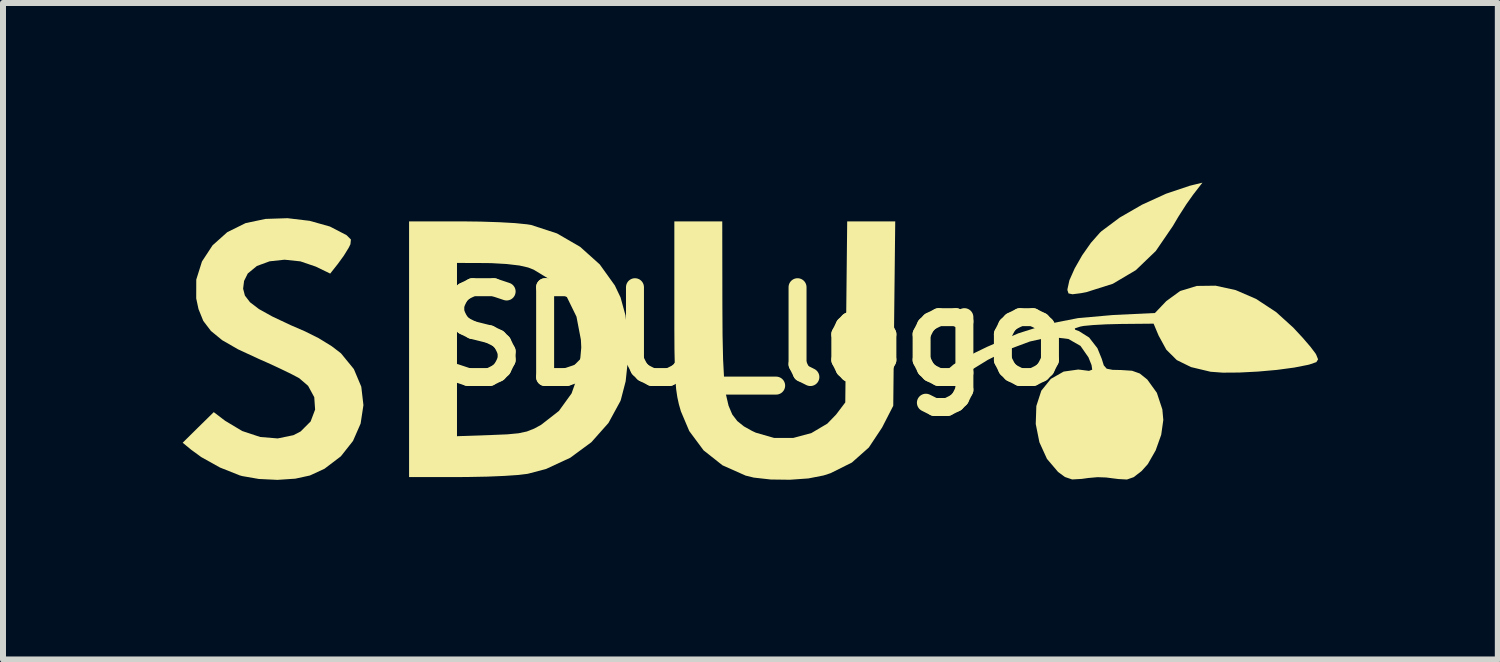
<source format=kicad_pcb>
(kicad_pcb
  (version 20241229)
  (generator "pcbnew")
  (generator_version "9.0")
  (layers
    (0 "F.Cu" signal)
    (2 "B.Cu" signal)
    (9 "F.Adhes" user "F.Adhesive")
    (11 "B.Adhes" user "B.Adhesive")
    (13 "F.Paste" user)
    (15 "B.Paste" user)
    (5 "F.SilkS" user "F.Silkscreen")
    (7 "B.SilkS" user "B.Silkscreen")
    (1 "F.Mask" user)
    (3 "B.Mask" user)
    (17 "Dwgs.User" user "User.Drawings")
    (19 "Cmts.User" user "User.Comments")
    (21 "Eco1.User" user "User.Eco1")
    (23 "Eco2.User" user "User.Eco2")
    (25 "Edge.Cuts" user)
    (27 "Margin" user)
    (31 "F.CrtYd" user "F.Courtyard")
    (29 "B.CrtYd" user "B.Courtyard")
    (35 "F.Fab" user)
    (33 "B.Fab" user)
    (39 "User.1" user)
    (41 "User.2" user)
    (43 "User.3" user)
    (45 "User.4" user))
  (footprint "SDU_logo"
    (layer "F.Cu")
    (at 9.516 2.567)
    (property "Reference" "SDU_logo" (at 0 0 0) (layer "F.SilkS") (effects (font (size 1.5 1.5) (thickness 0.3))))
    (attr board_only exclude_from_pos_files exclude_from_bom)
    (fp_poly (pts (xy 7.353 -2.364) (xy 7.241 -2.206) (xy 7.111 -2.003) (xy 7.015 -1.841) (xy 6.732 -1.427) (xy 6.399 -1.107) (xy 6.014 -0.879) (xy 5.572 -0.739) (xy 5.483 -0.722) (xy 5.341 -0.704) (xy 5.274 -0.718) (xy 5.256 -0.772) (xy 5.256 -0.787) (xy 5.289 -0.937) (xy 5.377 -1.135) (xy 5.502 -1.354) (xy 5.648 -1.562) (xy 5.796 -1.73) (xy 5.826 -1.758) (xy 6.13 -1.985) (xy 6.503 -2.2) (xy 6.904 -2.383) (xy 7.297 -2.515) (xy 7.357 -2.53) (xy 7.51 -2.567)) (stroke (width 0) (type solid)) (fill yes) (layer "F.SilkS"))
    (fp_poly (pts (xy -0.505 -0.52) (xy -0.502 -0.019) (xy -0.493 0.387) (xy -0.476 0.711) (xy -0.447 0.963) (xy -0.402 1.156) (xy -0.34 1.303) (xy -0.256 1.413) (xy -0.147 1.501) (xy -0.011 1.577) (xy 0.053 1.607) (xy 0.359 1.695) (xy 0.678 1.695) (xy 0.982 1.613) (xy 1.247 1.456) (xy 1.394 1.304) (xy 1.547 1.102) (xy 1.563 -0.409) (xy 1.579 -1.921) (xy 1.98 -1.921) (xy 2.381 -1.921) (xy 2.364 -0.381) (xy 2.348 1.158) (xy 2.161 1.522) (xy 1.94 1.855) (xy 1.657 2.106) (xy 1.302 2.283) (xy 1.186 2.321) (xy 0.931 2.371) (xy 0.622 2.393) (xy 0.304 2.389) (xy 0.019 2.357) (xy -0.116 2.324) (xy -0.503 2.152) (xy -0.819 1.902) (xy -1.058 1.58) (xy -1.197 1.252) (xy -1.231 1.134) (xy -1.257 1.015) (xy -1.277 0.88) (xy -1.29 0.713) (xy -1.299 0.499) (xy -1.305 0.222) (xy -1.307 -0.132) (xy -1.307 -0.513) (xy -1.307 -1.921) (xy -0.907 -1.921) (xy -0.507 -1.921)) (stroke (width 0) (type solid)) (fill yes) (layer "F.SilkS"))
    (fp_poly (pts (xy -4.538 -1.917) (xy -4.232 -1.907) (xy -3.967 -1.892) (xy -3.768 -1.872) (xy -3.698 -1.861) (xy -3.267 -1.72) (xy -2.88 -1.496) (xy -2.553 -1.203) (xy -2.301 -0.852) (xy -2.205 -0.651) (xy -2.123 -0.353) (xy -2.082 0.006) (xy -2.081 0.386) (xy -2.12 0.75) (xy -2.2 1.058) (xy -2.207 1.078) (xy -2.407 1.445) (xy -2.692 1.766) (xy -3.045 2.026) (xy -3.449 2.213) (xy -3.756 2.294) (xy -3.911 2.313) (xy -4.146 2.329) (xy -4.434 2.341) (xy -4.748 2.347) (xy -4.89 2.348) (xy -5.736 2.348) (xy -5.736 0.219) (xy -4.936 0.219) (xy -4.936 1.666) (xy -4.362 1.646) (xy -4.096 1.635) (xy -3.908 1.617) (xy -3.768 1.587) (xy -3.647 1.539) (xy -3.533 1.477) (xy -3.235 1.245) (xy -3.023 0.952) (xy -2.898 0.598) (xy -2.861 0.185) (xy -2.867 0.057) (xy -2.941 -0.33) (xy -3.102 -0.659) (xy -3.342 -0.924) (xy -3.657 -1.115) (xy -3.749 -1.151) (xy -3.894 -1.184) (xy -4.107 -1.209) (xy -4.351 -1.223) (xy -4.442 -1.225) (xy -4.936 -1.227) (xy -4.936 0.219) (xy -5.736 0.219) (xy -5.736 0.213) (xy -5.736 -1.921) (xy -4.859 -1.921)) (stroke (width 0) (type solid)) (fill yes) (layer "F.SilkS"))
    (fp_poly (pts (xy -7.396 -1.93) (xy -7.058 -1.835) (xy -6.784 -1.693) (xy -6.775 -1.686) (xy -6.707 -1.618) (xy -6.715 -1.539) (xy -6.743 -1.482) (xy -6.826 -1.347) (xy -6.931 -1.203) (xy -6.933 -1.201) (xy -7.053 -1.049) (xy -7.292 -1.165) (xy -7.55 -1.253) (xy -7.815 -1.281) (xy -8.065 -1.254) (xy -8.277 -1.176) (xy -8.429 -1.051) (xy -8.491 -0.926) (xy -8.507 -0.797) (xy -8.477 -0.682) (xy -8.392 -0.571) (xy -8.243 -0.457) (xy -8.018 -0.332) (xy -7.708 -0.186) (xy -7.468 -0.082) (xy -7.246 0.029) (xy -7.028 0.163) (xy -6.873 0.282) (xy -6.658 0.545) (xy -6.534 0.839) (xy -6.498 1.147) (xy -6.545 1.455) (xy -6.672 1.745) (xy -6.875 2.002) (xy -7.149 2.21) (xy -7.392 2.322) (xy -7.635 2.375) (xy -7.934 2.395) (xy -8.244 2.38) (xy -8.52 2.332) (xy -8.564 2.32) (xy -8.893 2.189) (xy -9.207 2.014) (xy -9.374 1.892) (xy -9.516 1.775) (xy -9.257 1.519) (xy -8.997 1.264) (xy -8.808 1.408) (xy -8.523 1.579) (xy -8.222 1.679) (xy -7.929 1.703) (xy -7.667 1.649) (xy -7.547 1.587) (xy -7.38 1.42) (xy -7.305 1.222) (xy -7.319 1.015) (xy -7.422 0.825) (xy -7.57 0.698) (xy -7.692 0.633) (xy -7.881 0.541) (xy -8.106 0.437) (xy -8.238 0.379) (xy -8.592 0.215) (xy -8.856 0.063) (xy -9.044 -0.091) (xy -9.172 -0.259) (xy -9.252 -0.457) (xy -9.29 -0.635) (xy -9.289 -0.949) (xy -9.194 -1.251) (xy -9.017 -1.521) (xy -8.771 -1.741) (xy -8.467 -1.891) (xy -8.465 -1.892) (xy -8.132 -1.962) (xy -7.765 -1.974)) (stroke (width 0) (type solid)) (fill yes) (layer "F.SilkS"))
    (fp_poly (pts (xy 8.064 -0.774) (xy 8.406 -0.626) (xy 8.741 -0.406) (xy 9.027 -0.147) (xy 9.182 0.02) (xy 9.313 0.172) (xy 9.397 0.283) (xy 9.41 0.305) (xy 9.441 0.383) (xy 9.412 0.429) (xy 9.302 0.467) (xy 9.272 0.475) (xy 9.043 0.52) (xy 8.753 0.559) (xy 8.436 0.587) (xy 8.124 0.603) (xy 7.85 0.605) (xy 7.647 0.59) (xy 7.642 0.589) (xy 7.32 0.512) (xy 7.082 0.395) (xy 6.907 0.221) (xy 6.778 -0.015) (xy 6.695 -0.213) (xy 6.149 -0.208) (xy 5.904 -0.202) (xy 5.686 -0.19) (xy 5.526 -0.175) (xy 5.47 -0.164) (xy 5.379 -0.134) (xy 5.386 -0.111) (xy 5.448 -0.089) (xy 5.618 0.018) (xy 5.757 0.197) (xy 5.829 0.374) (xy 5.863 0.483) (xy 5.912 0.539) (xy 6.01 0.558) (xy 6.151 0.561) (xy 6.335 0.573) (xy 6.464 0.619) (xy 6.586 0.717) (xy 6.588 0.718) (xy 6.749 0.941) (xy 6.841 1.219) (xy 6.857 1.395) (xy 6.822 1.642) (xy 6.729 1.903) (xy 6.598 2.132) (xy 6.494 2.248) (xy 6.362 2.35) (xy 6.25 2.389) (xy 6.104 2.381) (xy 6.089 2.379) (xy 5.9 2.355) (xy 5.758 2.35) (xy 5.602 2.364) (xy 5.493 2.379) (xy 5.335 2.388) (xy 5.214 2.347) (xy 5.1 2.263) (xy 4.914 2.044) (xy 4.788 1.767) (xy 4.727 1.462) (xy 4.737 1.162) (xy 4.82 0.906) (xy 4.979 0.709) (xy 5.193 0.587) (xy 5.435 0.553) (xy 5.483 0.558) (xy 5.616 0.575) (xy 5.67 0.555) (xy 5.659 0.479) (xy 5.607 0.349) (xy 5.474 0.158) (xy 5.273 0.043) (xy 5.014 0.011) (xy 4.934 0.017) (xy 4.629 0.085) (xy 4.283 0.214) (xy 3.928 0.391) (xy 3.7 0.531) (xy 3.513 0.653) (xy 3.394 0.72) (xy 3.323 0.737) (xy 3.283 0.708) (xy 3.258 0.655) (xy 3.248 0.595) (xy 3.277 0.535) (xy 3.357 0.467) (xy 3.501 0.381) (xy 3.721 0.268) (xy 3.917 0.173) (xy 4.435 -0.051) (xy 4.928 -0.207) (xy 5.435 -0.306) (xy 6 -0.356) (xy 6.027 -0.358) (xy 6.717 -0.391) (xy 6.907 -0.59) (xy 7.137 -0.758) (xy 7.416 -0.843) (xy 7.729 -0.847)) (stroke (width 0) (type solid)) (fill yes) (layer "F.SilkS")))
  (gr_rect
    (start -3 -3)
    (end 21.958 7.961)
    (stroke (width 0.1) (type default))
    (fill no)
    (layer "Edge.Cuts")))
</source>
